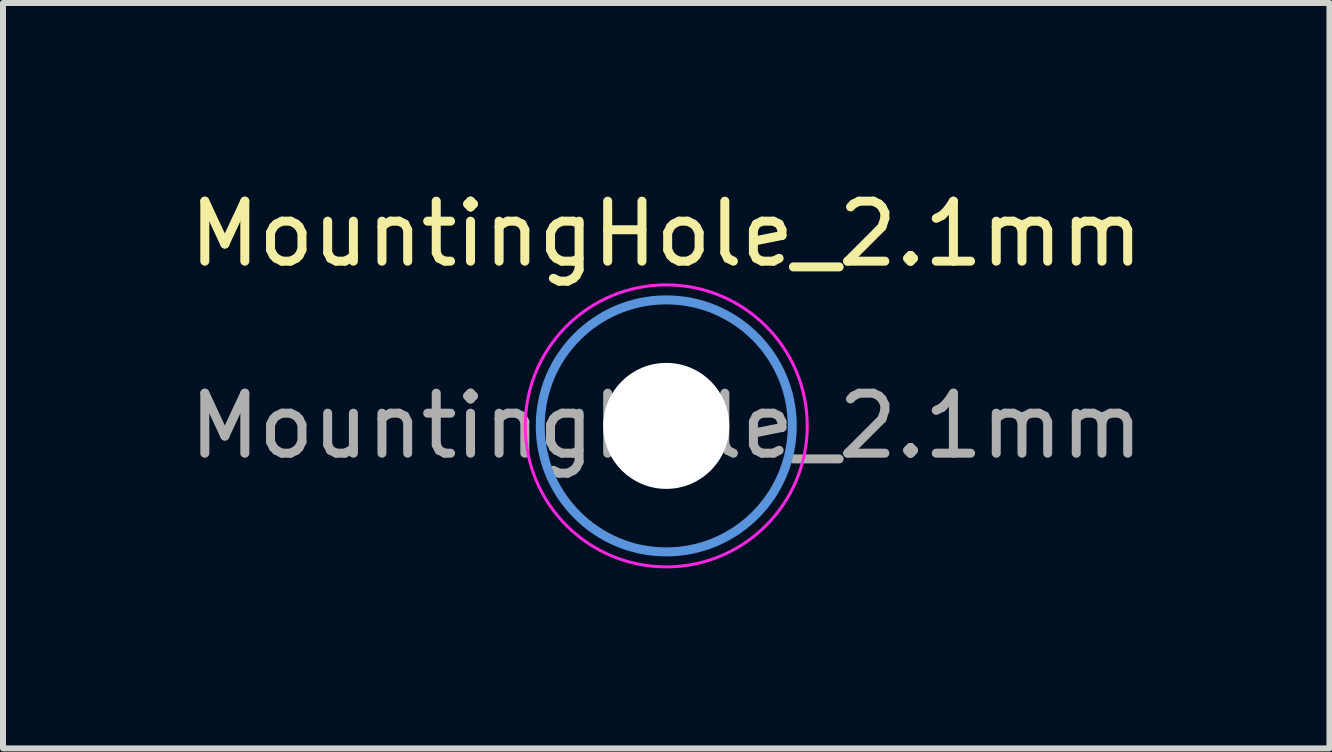
<source format=kicad_pcb>
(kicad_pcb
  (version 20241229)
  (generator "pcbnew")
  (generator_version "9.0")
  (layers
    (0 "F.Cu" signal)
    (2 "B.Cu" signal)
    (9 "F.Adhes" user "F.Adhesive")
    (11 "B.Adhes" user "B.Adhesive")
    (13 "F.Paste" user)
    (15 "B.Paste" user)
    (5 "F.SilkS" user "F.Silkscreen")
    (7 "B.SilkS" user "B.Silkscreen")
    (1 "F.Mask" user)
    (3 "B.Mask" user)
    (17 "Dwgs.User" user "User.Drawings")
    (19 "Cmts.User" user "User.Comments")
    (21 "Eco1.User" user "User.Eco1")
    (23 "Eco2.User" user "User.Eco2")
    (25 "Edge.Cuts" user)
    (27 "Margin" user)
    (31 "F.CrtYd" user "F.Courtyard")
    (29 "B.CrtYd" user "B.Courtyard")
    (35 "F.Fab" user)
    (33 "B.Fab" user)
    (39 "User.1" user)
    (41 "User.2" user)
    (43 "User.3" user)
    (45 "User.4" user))
  (footprint "MountingHole_2.1mm"
    (layer "F.Cu")
    (at 8.054 4.048)
    (property "Reference" "MountingHole_2.1mm" (at 0 -3.2 0) (layer "F.SilkS") (effects (font (size 1 1) (thickness 0.15))))
    (attr exclude_from_pos_files)
    (fp_circle (center 0 0) (end 2.1 0) (stroke (width 0.15) (type solid)) (fill no) (layer "Cmts.User"))
    (fp_circle (center 0 0) (end 2.35 0) (stroke (width 0.05) (type solid)) (fill no) (layer "F.CrtYd"))
    (fp_text user "${REFERENCE}" (at 0 0 0) (layer "F.Fab") (effects (font (size 1 1) (thickness 0.15))))
    (pad "" np_thru_hole circle (at 0 0) (size 2.1 2.1) (drill 2.1) (layers "*.Cu" "*.Mask")))
  (gr_rect
    (start -3 -3)
    (end 19.107 9.423)
    (stroke (width 0.1) (type default))
    (fill no)
    (layer "Edge.Cuts")))
</source>
